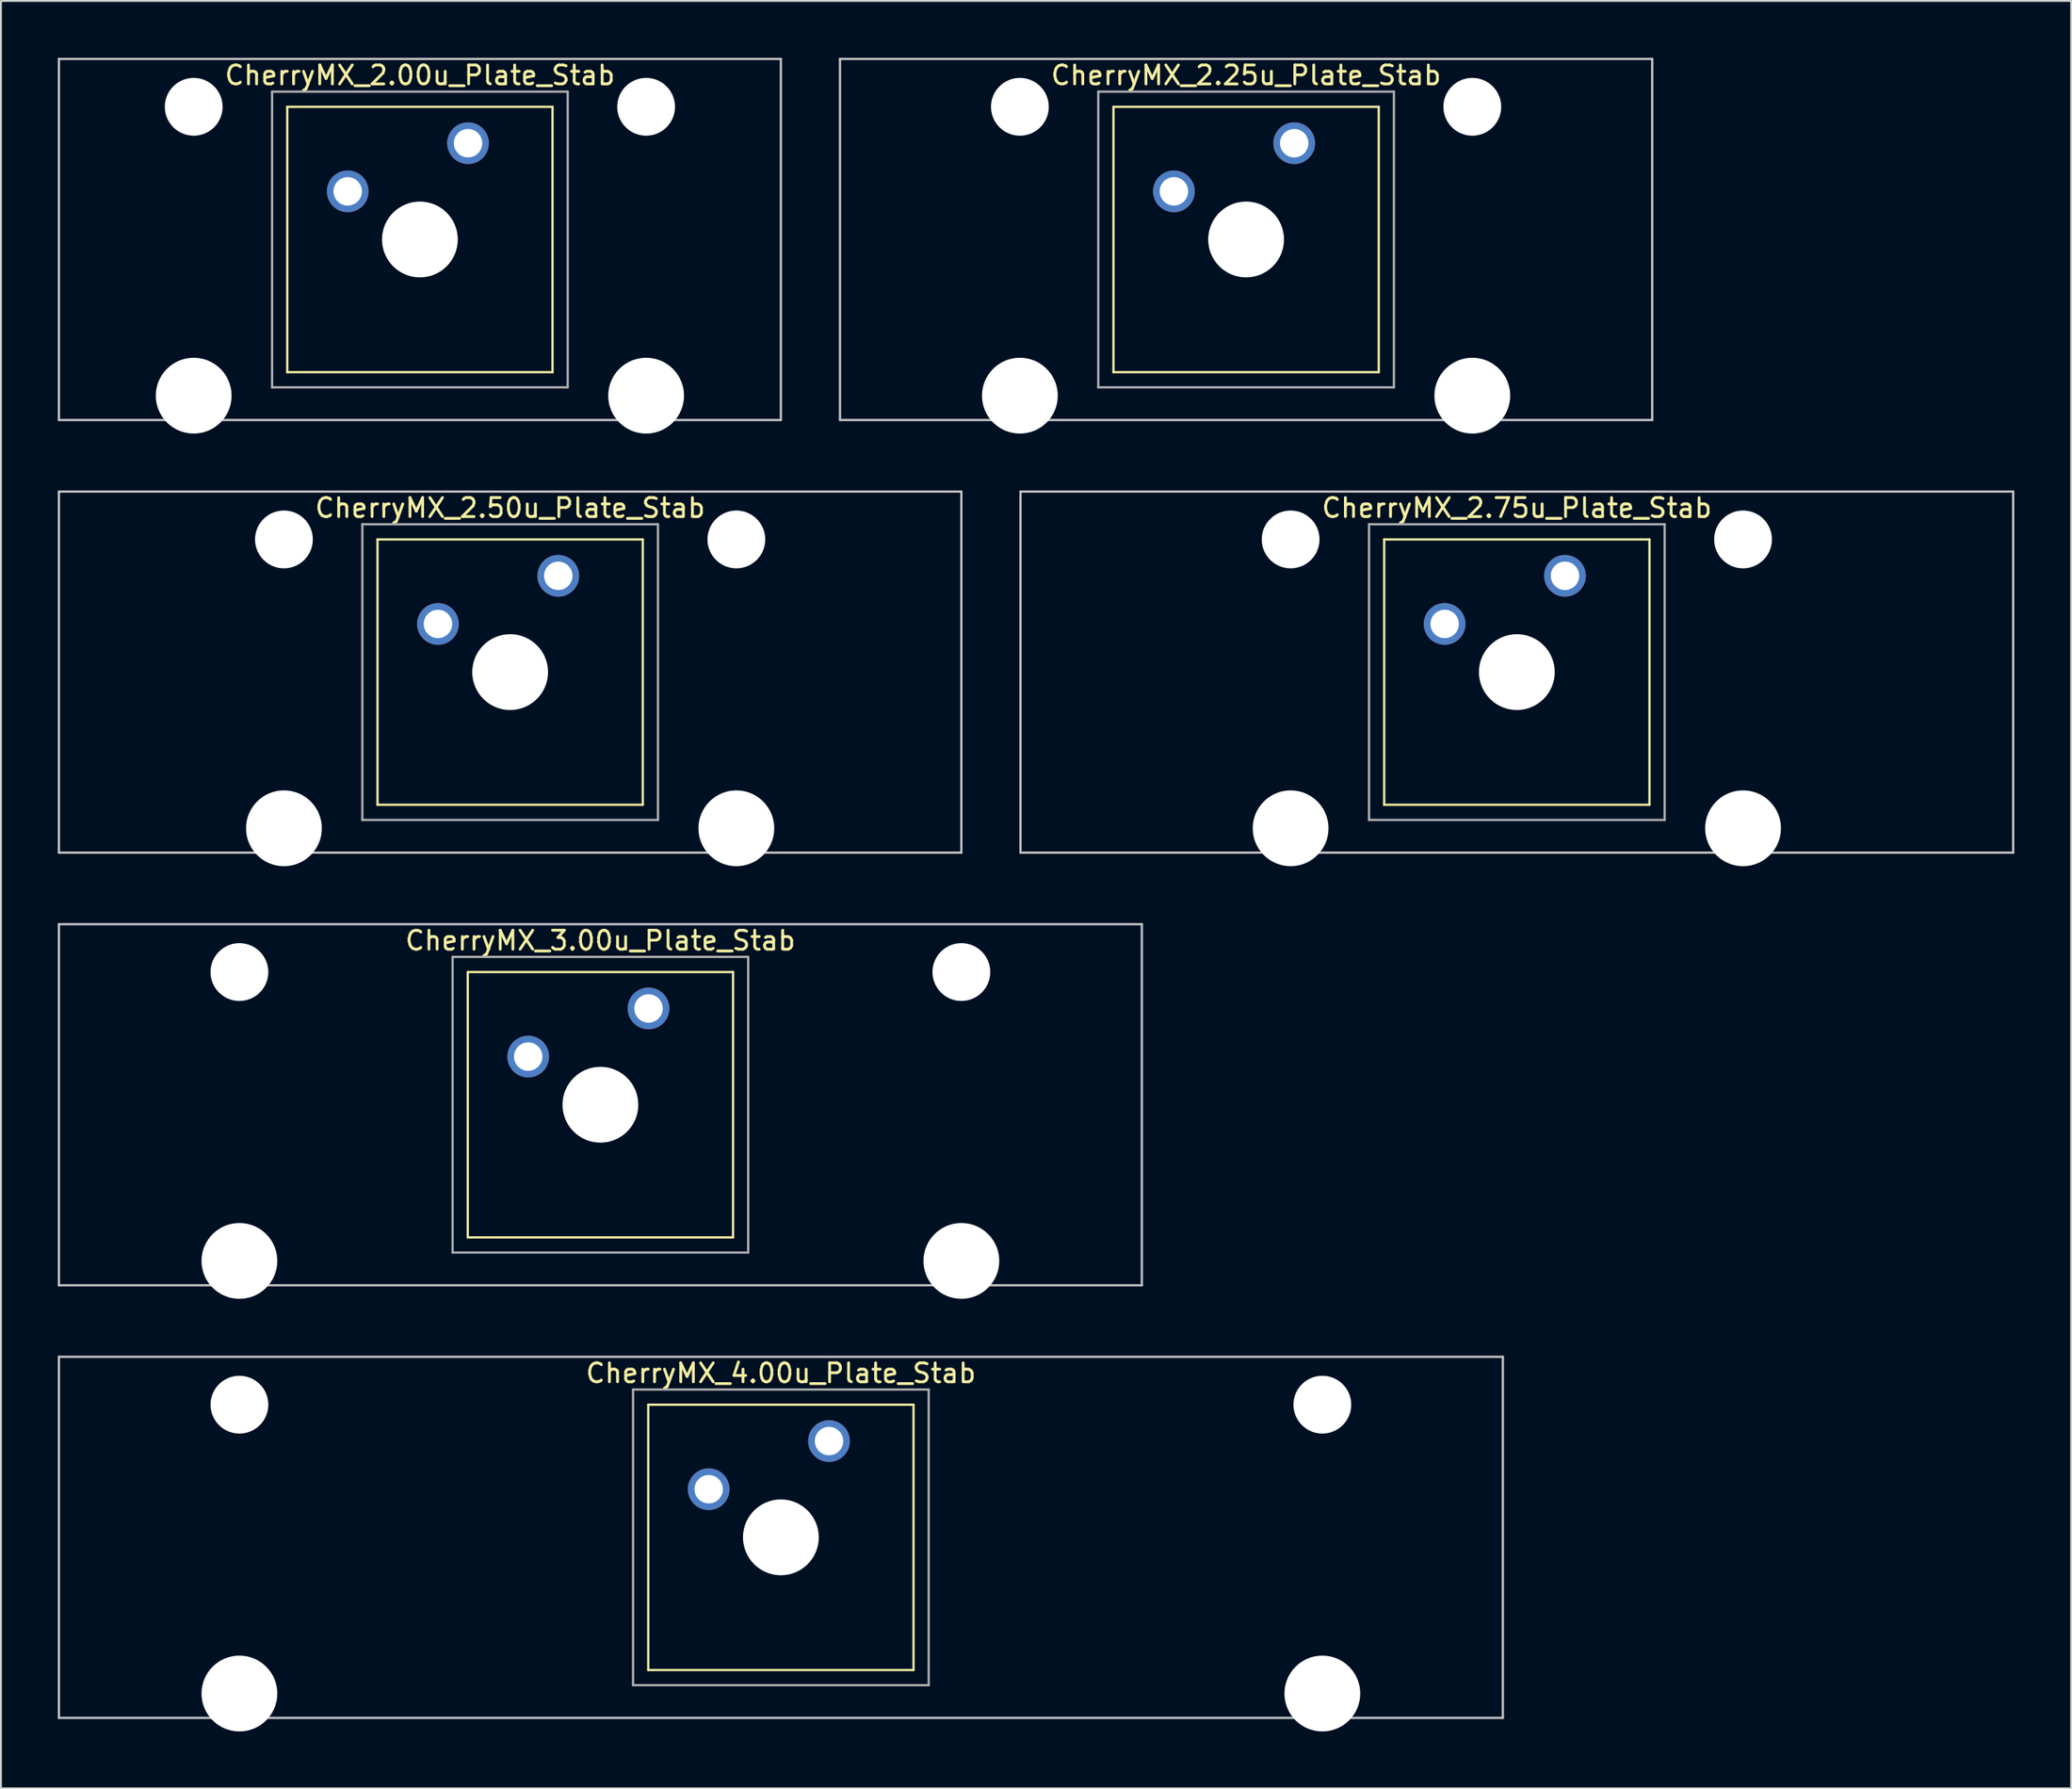
<source format=kicad_pcb>
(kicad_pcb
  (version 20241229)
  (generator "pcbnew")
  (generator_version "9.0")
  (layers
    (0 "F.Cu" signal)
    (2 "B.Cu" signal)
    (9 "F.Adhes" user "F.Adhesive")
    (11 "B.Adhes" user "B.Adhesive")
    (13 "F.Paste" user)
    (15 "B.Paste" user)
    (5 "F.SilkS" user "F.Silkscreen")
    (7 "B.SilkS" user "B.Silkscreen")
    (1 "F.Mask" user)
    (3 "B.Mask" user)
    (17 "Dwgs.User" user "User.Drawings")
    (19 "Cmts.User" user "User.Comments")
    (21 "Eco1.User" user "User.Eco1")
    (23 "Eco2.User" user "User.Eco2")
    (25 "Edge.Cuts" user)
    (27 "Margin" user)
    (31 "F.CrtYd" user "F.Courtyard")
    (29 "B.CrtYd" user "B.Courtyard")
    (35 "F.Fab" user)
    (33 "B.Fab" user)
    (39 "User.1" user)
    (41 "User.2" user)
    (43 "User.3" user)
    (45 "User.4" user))
  (footprint "CherryMX_4.00u_Plate_Stab"
    (layer "F.Cu")
    (at 38.16 78.06)
    (property "Reference" "CherryMX_4.00u_Plate_Stab" (at 0 -8.662 0) (layer "F.SilkS") (effects (font (size 1 1) (thickness 0.15))))
    (attr through_hole)
    (fp_line (start -7 -7) (end -7 7) (stroke (width 0.12) (type solid)) (layer "F.SilkS"))
    (fp_line (start -7 -7) (end 7 -7) (stroke (width 0.12) (type solid)) (layer "F.SilkS"))
    (fp_line (start 7 -7) (end 7 7) (stroke (width 0.12) (type solid)) (layer "F.SilkS"))
    (fp_line (start 7 7) (end -7 7) (stroke (width 0.12) (type solid)) (layer "F.SilkS"))
    (fp_line (start -38.1 -9.525) (end 38.1 -9.525) (stroke (width 0.12) (type solid)) (layer "Dwgs.User"))
    (fp_line (start -38.1 9.525) (end -38.1 -9.525) (stroke (width 0.12) (type solid)) (layer "Dwgs.User"))
    (fp_line (start 38.1 -9.525) (end 38.1 9.525) (stroke (width 0.12) (type solid)) (layer "Dwgs.User"))
    (fp_line (start 38.1 9.525) (end -38.1 9.525) (stroke (width 0.12) (type solid)) (layer "Dwgs.User"))
    (fp_line (start -7.8 -7.8) (end -7.8 7.8) (stroke (width 0.12) (type solid)) (layer "F.Fab"))
    (fp_line (start -7.8 -7.8) (end 7.8 -7.8) (stroke (width 0.12) (type solid)) (layer "F.Fab"))
    (fp_line (start -7.8 7.8) (end 7.8 7.8) (stroke (width 0.12) (type solid)) (layer "F.Fab"))
    (fp_line (start 7.8 -7.8) (end 7.8 7.8) (stroke (width 0.12) (type solid)) (layer "F.Fab"))
    (pad "" np_thru_hole circle (at -28.575 -7) (size 3.05 3.05) (drill 3.05) (layers "*.Cu" "*.Mask"))
    (pad "" np_thru_hole circle (at -28.575 8.24) (size 4 4) (drill 4) (layers "*.Cu" "*.Mask"))
    (pad "" np_thru_hole circle (at 0 0) (size 4 4) (drill 4) (layers "*.Cu" "*.Mask"))
    (pad "" np_thru_hole circle (at 28.575 -7) (size 3.05 3.05) (drill 3.05) (layers "*.Cu" "*.Mask"))
    (pad "" np_thru_hole circle (at 28.575 8.24) (size 4 4) (drill 4) (layers "*.Cu" "*.Mask"))
    (pad "1" thru_hole circle (at -3.81 -2.54) (size 2.2 2.2) (drill 1.5) (layers "*.Cu" "*.Mask"))
    (pad "2" thru_hole circle (at 2.54 -5.08) (size 2.2 2.2) (drill 1.5) (layers "*.Cu" "*.Mask")))
  (footprint "CherryMX_2.75u_Plate_Stab"
    (layer "F.Cu")
    (at 76.999 32.41)
    (property "Reference" "CherryMX_2.75u_Plate_Stab" (at 0 -8.662 0) (layer "F.SilkS") (effects (font (size 1 1) (thickness 0.15))))
    (attr through_hole)
    (fp_line (start -7 -7) (end -7 7) (stroke (width 0.12) (type solid)) (layer "F.SilkS"))
    (fp_line (start -7 -7) (end 7 -7) (stroke (width 0.12) (type solid)) (layer "F.SilkS"))
    (fp_line (start 7 -7) (end 7 7) (stroke (width 0.12) (type solid)) (layer "F.SilkS"))
    (fp_line (start 7 7) (end -7 7) (stroke (width 0.12) (type solid)) (layer "F.SilkS"))
    (fp_line (start -26.194 -9.525) (end 26.194 -9.525) (stroke (width 0.12) (type solid)) (layer "Dwgs.User"))
    (fp_line (start -26.194 9.525) (end -26.194 -9.525) (stroke (width 0.12) (type solid)) (layer "Dwgs.User"))
    (fp_line (start 26.194 -9.525) (end 26.194 9.525) (stroke (width 0.12) (type solid)) (layer "Dwgs.User"))
    (fp_line (start 26.194 9.525) (end -26.194 9.525) (stroke (width 0.12) (type solid)) (layer "Dwgs.User"))
    (fp_line (start -7.8 -7.8) (end -7.8 7.8) (stroke (width 0.12) (type solid)) (layer "F.Fab"))
    (fp_line (start -7.8 -7.8) (end 7.8 -7.8) (stroke (width 0.12) (type solid)) (layer "F.Fab"))
    (fp_line (start -7.8 7.8) (end 7.8 7.8) (stroke (width 0.12) (type solid)) (layer "F.Fab"))
    (fp_line (start 7.8 -7.8) (end 7.8 7.8) (stroke (width 0.12) (type solid)) (layer "F.Fab"))
    (pad "" np_thru_hole circle (at -11.938 -7) (size 3.05 3.05) (drill 3.05) (layers "*.Cu" "*.Mask"))
    (pad "" np_thru_hole circle (at -11.938 8.24) (size 4 4) (drill 4) (layers "*.Cu" "*.Mask"))
    (pad "" np_thru_hole circle (at 0 0) (size 4 4) (drill 4) (layers "*.Cu" "*.Mask"))
    (pad "" np_thru_hole circle (at 11.938 -7) (size 3.05 3.05) (drill 3.05) (layers "*.Cu" "*.Mask"))
    (pad "" np_thru_hole circle (at 11.938 8.24) (size 4 4) (drill 4) (layers "*.Cu" "*.Mask"))
    (pad "1" thru_hole circle (at -3.81 -2.54) (size 2.2 2.2) (drill 1.5) (layers "*.Cu" "*.Mask"))
    (pad "2" thru_hole circle (at 2.54 -5.08) (size 2.2 2.2) (drill 1.5) (layers "*.Cu" "*.Mask")))
  (footprint "CherryMX_3.00u_Plate_Stab"
    (layer "F.Cu")
    (at 28.635 55.235)
    (property "Reference" "CherryMX_3.00u_Plate_Stab" (at 0 -8.662 0) (layer "F.SilkS") (effects (font (size 1 1) (thickness 0.15))))
    (attr through_hole)
    (fp_line (start -7 -7) (end -7 7) (stroke (width 0.12) (type solid)) (layer "F.SilkS"))
    (fp_line (start -7 -7) (end 7 -7) (stroke (width 0.12) (type solid)) (layer "F.SilkS"))
    (fp_line (start 7 -7) (end 7 7) (stroke (width 0.12) (type solid)) (layer "F.SilkS"))
    (fp_line (start 7 7) (end -7 7) (stroke (width 0.12) (type solid)) (layer "F.SilkS"))
    (fp_line (start -28.575 -9.525) (end 28.575 -9.525) (stroke (width 0.12) (type solid)) (layer "Dwgs.User"))
    (fp_line (start -28.575 9.525) (end -28.575 -9.525) (stroke (width 0.12) (type solid)) (layer "Dwgs.User"))
    (fp_line (start 28.575 -9.525) (end 28.575 9.525) (stroke (width 0.12) (type solid)) (layer "Dwgs.User"))
    (fp_line (start 28.575 9.525) (end -28.575 9.525) (stroke (width 0.12) (type solid)) (layer "Dwgs.User"))
    (fp_line (start -7.8 -7.8) (end -7.8 7.8) (stroke (width 0.12) (type solid)) (layer "F.Fab"))
    (fp_line (start -7.8 -7.8) (end 7.8 -7.8) (stroke (width 0.12) (type solid)) (layer "F.Fab"))
    (fp_line (start -7.8 7.8) (end 7.8 7.8) (stroke (width 0.12) (type solid)) (layer "F.Fab"))
    (fp_line (start 7.8 -7.8) (end 7.8 7.8) (stroke (width 0.12) (type solid)) (layer "F.Fab"))
    (pad "" np_thru_hole circle (at -19.05 -7) (size 3.05 3.05) (drill 3.05) (layers "*.Cu" "*.Mask"))
    (pad "" np_thru_hole circle (at -19.05 8.24) (size 4 4) (drill 4) (layers "*.Cu" "*.Mask"))
    (pad "" np_thru_hole circle (at 0 0) (size 4 4) (drill 4) (layers "*.Cu" "*.Mask"))
    (pad "" np_thru_hole circle (at 19.05 -7) (size 3.05 3.05) (drill 3.05) (layers "*.Cu" "*.Mask"))
    (pad "" np_thru_hole circle (at 19.05 8.24) (size 4 4) (drill 4) (layers "*.Cu" "*.Mask"))
    (pad "1" thru_hole circle (at -3.81 -2.54) (size 2.2 2.2) (drill 1.5) (layers "*.Cu" "*.Mask"))
    (pad "2" thru_hole circle (at 2.54 -5.08) (size 2.2 2.2) (drill 1.5) (layers "*.Cu" "*.Mask")))
  (footprint "CherryMX_2.50u_Plate_Stab"
    (layer "F.Cu")
    (at 23.872 32.41)
    (property "Reference" "CherryMX_2.50u_Plate_Stab" (at 0 -8.662 0) (layer "F.SilkS") (effects (font (size 1 1) (thickness 0.15))))
    (attr through_hole)
    (fp_line (start -7 -7) (end -7 7) (stroke (width 0.12) (type solid)) (layer "F.SilkS"))
    (fp_line (start -7 -7) (end 7 -7) (stroke (width 0.12) (type solid)) (layer "F.SilkS"))
    (fp_line (start 7 -7) (end 7 7) (stroke (width 0.12) (type solid)) (layer "F.SilkS"))
    (fp_line (start 7 7) (end -7 7) (stroke (width 0.12) (type solid)) (layer "F.SilkS"))
    (fp_line (start -23.812 -9.525) (end 23.812 -9.525) (stroke (width 0.12) (type solid)) (layer "Dwgs.User"))
    (fp_line (start -23.812 9.525) (end -23.812 -9.525) (stroke (width 0.12) (type solid)) (layer "Dwgs.User"))
    (fp_line (start 23.812 -9.525) (end 23.812 9.525) (stroke (width 0.12) (type solid)) (layer "Dwgs.User"))
    (fp_line (start 23.812 9.525) (end -23.812 9.525) (stroke (width 0.12) (type solid)) (layer "Dwgs.User"))
    (fp_line (start -7.8 -7.8) (end -7.8 7.8) (stroke (width 0.12) (type solid)) (layer "F.Fab"))
    (fp_line (start -7.8 -7.8) (end 7.8 -7.8) (stroke (width 0.12) (type solid)) (layer "F.Fab"))
    (fp_line (start -7.8 7.8) (end 7.8 7.8) (stroke (width 0.12) (type solid)) (layer "F.Fab"))
    (fp_line (start 7.8 -7.8) (end 7.8 7.8) (stroke (width 0.12) (type solid)) (layer "F.Fab"))
    (pad "" np_thru_hole circle (at -11.938 -7) (size 3.05 3.05) (drill 3.05) (layers "*.Cu" "*.Mask"))
    (pad "" np_thru_hole circle (at -11.938 8.24) (size 4 4) (drill 4) (layers "*.Cu" "*.Mask"))
    (pad "" np_thru_hole circle (at 0 0) (size 4 4) (drill 4) (layers "*.Cu" "*.Mask"))
    (pad "" np_thru_hole circle (at 11.938 -7) (size 3.05 3.05) (drill 3.05) (layers "*.Cu" "*.Mask"))
    (pad "" np_thru_hole circle (at 11.938 8.24) (size 4 4) (drill 4) (layers "*.Cu" "*.Mask"))
    (pad "1" thru_hole circle (at -3.81 -2.54) (size 2.2 2.2) (drill 1.5) (layers "*.Cu" "*.Mask"))
    (pad "2" thru_hole circle (at 2.54 -5.08) (size 2.2 2.2) (drill 1.5) (layers "*.Cu" "*.Mask")))
  (footprint "CherryMX_2.25u_Plate_Stab"
    (layer "F.Cu")
    (at 62.711 9.585)
    (property "Reference" "CherryMX_2.25u_Plate_Stab" (at 0 -8.662 0) (layer "F.SilkS") (effects (font (size 1 1) (thickness 0.15))))
    (attr through_hole)
    (fp_line (start -7 -7) (end -7 7) (stroke (width 0.12) (type solid)) (layer "F.SilkS"))
    (fp_line (start -7 -7) (end 7 -7) (stroke (width 0.12) (type solid)) (layer "F.SilkS"))
    (fp_line (start 7 -7) (end 7 7) (stroke (width 0.12) (type solid)) (layer "F.SilkS"))
    (fp_line (start 7 7) (end -7 7) (stroke (width 0.12) (type solid)) (layer "F.SilkS"))
    (fp_line (start -21.431 -9.525) (end 21.431 -9.525) (stroke (width 0.12) (type solid)) (layer "Dwgs.User"))
    (fp_line (start -21.431 9.525) (end -21.431 -9.525) (stroke (width 0.12) (type solid)) (layer "Dwgs.User"))
    (fp_line (start 21.431 -9.525) (end 21.431 9.525) (stroke (width 0.12) (type solid)) (layer "Dwgs.User"))
    (fp_line (start 21.431 9.525) (end -21.431 9.525) (stroke (width 0.12) (type solid)) (layer "Dwgs.User"))
    (fp_line (start -7.8 -7.8) (end -7.8 7.8) (stroke (width 0.12) (type solid)) (layer "F.Fab"))
    (fp_line (start -7.8 -7.8) (end 7.8 -7.8) (stroke (width 0.12) (type solid)) (layer "F.Fab"))
    (fp_line (start -7.8 7.8) (end 7.8 7.8) (stroke (width 0.12) (type solid)) (layer "F.Fab"))
    (fp_line (start 7.8 -7.8) (end 7.8 7.8) (stroke (width 0.12) (type solid)) (layer "F.Fab"))
    (pad "" np_thru_hole circle (at -11.938 -7) (size 3.05 3.05) (drill 3.05) (layers "*.Cu" "*.Mask"))
    (pad "" np_thru_hole circle (at -11.938 8.24) (size 4 4) (drill 4) (layers "*.Cu" "*.Mask"))
    (pad "" np_thru_hole circle (at 0 0) (size 4 4) (drill 4) (layers "*.Cu" "*.Mask"))
    (pad "" np_thru_hole circle (at 11.938 -7) (size 3.05 3.05) (drill 3.05) (layers "*.Cu" "*.Mask"))
    (pad "" np_thru_hole circle (at 11.938 8.24) (size 4 4) (drill 4) (layers "*.Cu" "*.Mask"))
    (pad "1" thru_hole circle (at -3.81 -2.54) (size 2.2 2.2) (drill 1.5) (layers "*.Cu" "*.Mask"))
    (pad "2" thru_hole circle (at 2.54 -5.08) (size 2.2 2.2) (drill 1.5) (layers "*.Cu" "*.Mask")))
  (footprint "CherryMX_2.00u_Plate_Stab"
    (layer "F.Cu")
    (at 19.11 9.585)
    (property "Reference" "CherryMX_2.00u_Plate_Stab" (at 0 -8.662 0) (layer "F.SilkS") (effects (font (size 1 1) (thickness 0.15))))
    (attr through_hole)
    (fp_line (start -7 -7) (end -7 7) (stroke (width 0.12) (type solid)) (layer "F.SilkS"))
    (fp_line (start -7 -7) (end 7 -7) (stroke (width 0.12) (type solid)) (layer "F.SilkS"))
    (fp_line (start 7 -7) (end 7 7) (stroke (width 0.12) (type solid)) (layer "F.SilkS"))
    (fp_line (start 7 7) (end -7 7) (stroke (width 0.12) (type solid)) (layer "F.SilkS"))
    (fp_line (start -19.05 -9.525) (end 19.05 -9.525) (stroke (width 0.12) (type solid)) (layer "Dwgs.User"))
    (fp_line (start -19.05 9.525) (end -19.05 -9.525) (stroke (width 0.12) (type solid)) (layer "Dwgs.User"))
    (fp_line (start 19.05 -9.525) (end 19.05 9.525) (stroke (width 0.12) (type solid)) (layer "Dwgs.User"))
    (fp_line (start 19.05 9.525) (end -19.05 9.525) (stroke (width 0.12) (type solid)) (layer "Dwgs.User"))
    (fp_line (start -7.8 -7.8) (end -7.8 7.8) (stroke (width 0.12) (type solid)) (layer "F.Fab"))
    (fp_line (start -7.8 -7.8) (end 7.8 -7.8) (stroke (width 0.12) (type solid)) (layer "F.Fab"))
    (fp_line (start -7.8 7.8) (end 7.8 7.8) (stroke (width 0.12) (type solid)) (layer "F.Fab"))
    (fp_line (start 7.8 -7.8) (end 7.8 7.8) (stroke (width 0.12) (type solid)) (layer "F.Fab"))
    (pad "" np_thru_hole circle (at -11.938 -7) (size 3.05 3.05) (drill 3.05) (layers "*.Cu" "*.Mask"))
    (pad "" np_thru_hole circle (at -11.938 8.24) (size 4 4) (drill 4) (layers "*.Cu" "*.Mask"))
    (pad "" np_thru_hole circle (at 0 0) (size 4 4) (drill 4) (layers "*.Cu" "*.Mask"))
    (pad "" np_thru_hole circle (at 11.938 -7) (size 3.05 3.05) (drill 3.05) (layers "*.Cu" "*.Mask"))
    (pad "" np_thru_hole circle (at 11.938 8.24) (size 4 4) (drill 4) (layers "*.Cu" "*.Mask"))
    (pad "1" thru_hole circle (at -3.81 -2.54) (size 2.2 2.2) (drill 1.5) (layers "*.Cu" "*.Mask"))
    (pad "2" thru_hole circle (at 2.54 -5.08) (size 2.2 2.2) (drill 1.5) (layers "*.Cu" "*.Mask")))
  (gr_rect
    (start -3 -3)
    (end 106.252 91.3)
    (stroke (width 0.1) (type default))
    (fill no)
    (layer "Edge.Cuts")))
</source>
